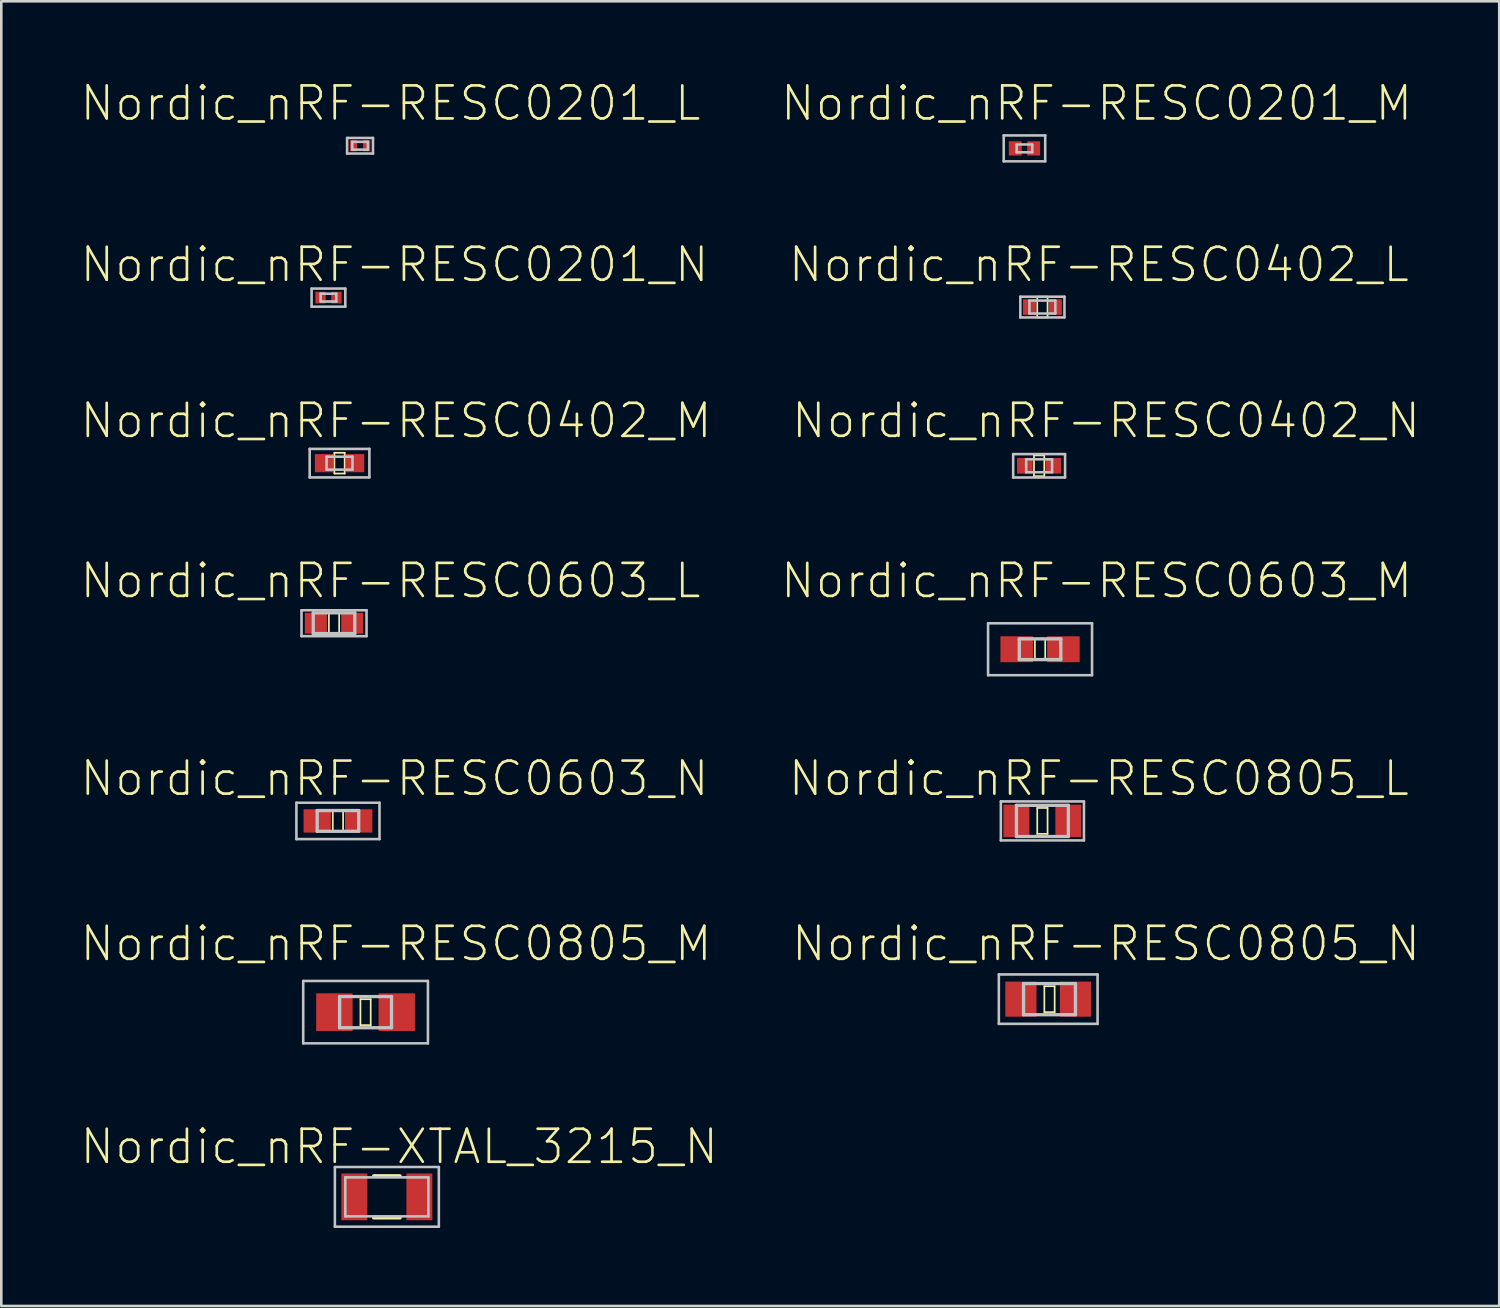
<source format=kicad_pcb>
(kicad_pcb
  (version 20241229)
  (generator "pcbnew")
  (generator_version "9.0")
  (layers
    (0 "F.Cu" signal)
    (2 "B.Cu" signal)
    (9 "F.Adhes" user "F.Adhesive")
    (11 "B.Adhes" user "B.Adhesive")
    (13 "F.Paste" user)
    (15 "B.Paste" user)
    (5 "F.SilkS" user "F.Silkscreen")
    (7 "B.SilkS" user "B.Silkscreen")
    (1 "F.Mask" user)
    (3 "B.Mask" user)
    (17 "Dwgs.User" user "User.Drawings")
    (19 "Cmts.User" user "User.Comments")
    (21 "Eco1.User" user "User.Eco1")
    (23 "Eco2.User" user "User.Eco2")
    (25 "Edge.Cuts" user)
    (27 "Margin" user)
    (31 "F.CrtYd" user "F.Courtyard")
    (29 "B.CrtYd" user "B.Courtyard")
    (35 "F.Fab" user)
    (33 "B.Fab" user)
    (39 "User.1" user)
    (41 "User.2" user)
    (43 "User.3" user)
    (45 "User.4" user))
  (footprint "Nordic_nRF-RESC0603_M"
    (layer "F.Cu")
    (at 36.946 21.917)
    (property "Reference" "Nordic_nRF-RESC0603_M" (at 2.174 -2.634 0) (layer "F.SilkS") (effects (font (size 1.27 1.27) (thickness 0.102))))
    (attr smd)
    (fp_line (start -0.198 -0.399) (end 0.198 -0.399) (stroke (width 0.066) (type solid)) (layer "F.SilkS"))
    (fp_line (start -0.198 0.399) (end -0.198 -0.399) (stroke (width 0.066) (type solid)) (layer "F.SilkS"))
    (fp_line (start -0.198 0.399) (end 0.198 0.399) (stroke (width 0.066) (type solid)) (layer "F.SilkS"))
    (fp_line (start 0.198 0.399) (end 0.198 -0.399) (stroke (width 0.066) (type solid)) (layer "F.SilkS"))
    (fp_line (start -1.999 -0.998) (end -1.999 0.998) (stroke (width 0.099) (type solid)) (layer "Dwgs.User"))
    (fp_line (start -1.999 0.998) (end 1.999 0.998) (stroke (width 0.099) (type solid)) (layer "Dwgs.User"))
    (fp_line (start -0.798 -0.399) (end 0.798 -0.399) (stroke (width 0.127) (type solid)) (layer "Dwgs.User"))
    (fp_line (start -0.798 0.399) (end -0.798 -0.399) (stroke (width 0.127) (type solid)) (layer "Dwgs.User"))
    (fp_line (start 0.798 -0.399) (end 0.798 0.399) (stroke (width 0.127) (type solid)) (layer "Dwgs.User"))
    (fp_line (start 0.798 0.399) (end -0.798 0.399) (stroke (width 0.127) (type solid)) (layer "Dwgs.User"))
    (fp_line (start 1.999 -0.998) (end -1.999 -0.998) (stroke (width 0.099) (type solid)) (layer "Dwgs.User"))
    (fp_line (start 1.999 0.998) (end 1.999 -0.998) (stroke (width 0.099) (type solid)) (layer "Dwgs.User"))
    (pad "1" smd rect (at -0.899 0) (size 1.25 0.998) (layers "F.Cu" "F.Mask" "F.Paste"))
    (pad "2" smd rect (at 0.899 0) (size 1.25 0.998) (layers "F.Cu" "F.Mask" "F.Paste")))
  (footprint "Nordic_nRF-RESC0402_L"
    (layer "F.Cu")
    (at 37.036 8.758)
    (property "Reference" "Nordic_nRF-RESC0402_L" (at 2.174 -1.633 0) (layer "F.SilkS") (effects (font (size 1.27 1.27) (thickness 0.102))))
    (attr smd)
    (fp_line (start -0.198 -0.399) (end 0.198 -0.399) (stroke (width 0.066) (type solid)) (layer "F.SilkS"))
    (fp_line (start -0.198 0.399) (end -0.198 -0.399) (stroke (width 0.066) (type solid)) (layer "F.SilkS"))
    (fp_line (start -0.198 0.399) (end 0.198 0.399) (stroke (width 0.066) (type solid)) (layer "F.SilkS"))
    (fp_line (start 0.198 0.399) (end 0.198 -0.399) (stroke (width 0.066) (type solid)) (layer "F.SilkS"))
    (fp_line (start -0.848 -0.399) (end -0.848 0.399) (stroke (width 0.099) (type solid)) (layer "Dwgs.User"))
    (fp_line (start -0.848 0.399) (end 0.848 0.399) (stroke (width 0.099) (type solid)) (layer "Dwgs.User"))
    (fp_line (start -0.498 -0.249) (end 0.498 -0.249) (stroke (width 0.099) (type solid)) (layer "Dwgs.User"))
    (fp_line (start -0.498 0.249) (end -0.498 -0.249) (stroke (width 0.099) (type solid)) (layer "Dwgs.User"))
    (fp_line (start 0.498 -0.249) (end 0.498 0.249) (stroke (width 0.099) (type solid)) (layer "Dwgs.User"))
    (fp_line (start 0.498 0.249) (end -0.498 0.249) (stroke (width 0.099) (type solid)) (layer "Dwgs.User"))
    (fp_line (start 0.848 -0.399) (end -0.848 -0.399) (stroke (width 0.099) (type solid)) (layer "Dwgs.User"))
    (fp_line (start 0.848 0.399) (end 0.848 -0.399) (stroke (width 0.099) (type solid)) (layer "Dwgs.User"))
    (pad "1" smd rect (at -0.498 0) (size 0.498 0.599) (layers "F.Cu" "F.Mask" "F.Paste"))
    (pad "2" smd rect (at 0.498 0) (size 0.498 0.599) (layers "F.Cu" "F.Mask" "F.Paste")))
  (footprint "Nordic_nRF-RESC0201_N"
    (layer "F.Cu")
    (at 9.581 8.395)
    (property "Reference" "Nordic_nRF-RESC0201_N" (at 2.54 -1.27 0) (layer "F.SilkS") (effects (font (size 1.27 1.27) (thickness 0.102))))
    (attr smd)
    (fp_line (start -0.648 -0.348) (end -0.648 0.348) (stroke (width 0.099) (type solid)) (layer "Dwgs.User"))
    (fp_line (start -0.648 0.348) (end 0.648 0.348) (stroke (width 0.099) (type solid)) (layer "Dwgs.User"))
    (fp_line (start -0.3 -0.15) (end -0.3 0.15) (stroke (width 0.099) (type solid)) (layer "Dwgs.User"))
    (fp_line (start -0.3 0.15) (end 0.3 0.15) (stroke (width 0.099) (type solid)) (layer "Dwgs.User"))
    (fp_line (start 0.3 -0.15) (end -0.3 -0.15) (stroke (width 0.099) (type solid)) (layer "Dwgs.User"))
    (fp_line (start 0.3 0.15) (end 0.3 -0.15) (stroke (width 0.099) (type solid)) (layer "Dwgs.User"))
    (fp_line (start 0.648 -0.348) (end -0.648 -0.348) (stroke (width 0.099) (type solid)) (layer "Dwgs.User"))
    (fp_line (start 0.648 0.348) (end 0.648 -0.348) (stroke (width 0.099) (type solid)) (layer "Dwgs.User"))
    (pad "1" smd rect (at -0.305 0) (size 0.399 0.45) (layers "F.Cu" "F.Mask" "F.Paste"))
    (pad "2" smd rect (at 0.305 0) (size 0.399 0.45) (layers "F.Cu" "F.Mask" "F.Paste")))
  (footprint "Nordic_nRF-RESC0805_M"
    (layer "F.Cu")
    (at 11.008 35.873)
    (property "Reference" "Nordic_nRF-RESC0805_M" (at 1.173 -2.634 0) (layer "F.SilkS") (effects (font (size 1.27 1.27) (thickness 0.102))))
    (attr smd)
    (fp_line (start -0.198 -0.498) (end 0.198 -0.498) (stroke (width 0.066) (type solid)) (layer "F.SilkS"))
    (fp_line (start -0.198 0.498) (end -0.198 -0.498) (stroke (width 0.066) (type solid)) (layer "F.SilkS"))
    (fp_line (start -0.198 0.498) (end 0.198 0.498) (stroke (width 0.066) (type solid)) (layer "F.SilkS"))
    (fp_line (start 0.198 0.498) (end 0.198 -0.498) (stroke (width 0.066) (type solid)) (layer "F.SilkS"))
    (fp_line (start -2.398 -1.199) (end -2.398 1.199) (stroke (width 0.099) (type solid)) (layer "Dwgs.User"))
    (fp_line (start -2.398 1.199) (end 2.398 1.199) (stroke (width 0.099) (type solid)) (layer "Dwgs.User"))
    (fp_line (start -0.998 -0.599) (end 0.998 -0.599) (stroke (width 0.127) (type solid)) (layer "Dwgs.User"))
    (fp_line (start -0.998 0.599) (end -0.998 -0.599) (stroke (width 0.127) (type solid)) (layer "Dwgs.User"))
    (fp_line (start 0.998 -0.599) (end 0.998 0.599) (stroke (width 0.127) (type solid)) (layer "Dwgs.User"))
    (fp_line (start 0.998 0.599) (end -0.998 0.599) (stroke (width 0.127) (type solid)) (layer "Dwgs.User"))
    (fp_line (start 2.398 -1.199) (end -2.398 -1.199) (stroke (width 0.099) (type solid)) (layer "Dwgs.User"))
    (fp_line (start 2.398 1.199) (end 2.398 -1.199) (stroke (width 0.099) (type solid)) (layer "Dwgs.User"))
    (pad "1" smd rect (at -1.199 0) (size 1.4 1.448) (layers "F.Cu" "F.Mask" "F.Paste"))
    (pad "2" smd rect (at 1.199 0) (size 1.4 1.448) (layers "F.Cu" "F.Mask" "F.Paste")))
  (footprint "Nordic_nRF-RESC0805_L"
    (layer "F.Cu")
    (at 37.036 28.519)
    (property "Reference" "Nordic_nRF-RESC0805_L" (at 2.174 -1.633 0) (layer "F.SilkS") (effects (font (size 1.27 1.27) (thickness 0.102))))
    (attr smd)
    (fp_line (start -0.198 -0.498) (end 0.198 -0.498) (stroke (width 0.066) (type solid)) (layer "F.SilkS"))
    (fp_line (start -0.198 0.498) (end -0.198 -0.498) (stroke (width 0.066) (type solid)) (layer "F.SilkS"))
    (fp_line (start -0.198 0.498) (end 0.198 0.498) (stroke (width 0.066) (type solid)) (layer "F.SilkS"))
    (fp_line (start 0.198 0.498) (end 0.198 -0.498) (stroke (width 0.066) (type solid)) (layer "F.SilkS"))
    (fp_line (start -1.598 -0.749) (end -1.598 0.749) (stroke (width 0.099) (type solid)) (layer "Dwgs.User"))
    (fp_line (start -1.598 0.749) (end 1.598 0.749) (stroke (width 0.099) (type solid)) (layer "Dwgs.User"))
    (fp_line (start -0.998 -0.599) (end 0.998 -0.599) (stroke (width 0.127) (type solid)) (layer "Dwgs.User"))
    (fp_line (start -0.998 0.599) (end -0.998 -0.599) (stroke (width 0.127) (type solid)) (layer "Dwgs.User"))
    (fp_line (start 0.998 -0.599) (end 0.998 0.599) (stroke (width 0.127) (type solid)) (layer "Dwgs.User"))
    (fp_line (start 0.998 0.599) (end -0.998 0.599) (stroke (width 0.127) (type solid)) (layer "Dwgs.User"))
    (fp_line (start 1.598 -0.749) (end -1.598 -0.749) (stroke (width 0.099) (type solid)) (layer "Dwgs.User"))
    (fp_line (start 1.598 0.749) (end 1.598 -0.749) (stroke (width 0.099) (type solid)) (layer "Dwgs.User"))
    (pad "1" smd rect (at -0.998 0) (size 0.998 1.25) (layers "F.Cu" "F.Mask" "F.Paste"))
    (pad "2" smd rect (at 0.998 0) (size 0.998 1.25) (layers "F.Cu" "F.Mask" "F.Paste")))
  (footprint "Nordic_nRF-RESC0402_N"
    (layer "F.Cu")
    (at 36.91 14.862)
    (property "Reference" "Nordic_nRF-RESC0402_N" (at 2.573 -1.735 0) (layer "F.SilkS") (effects (font (size 1.27 1.27) (thickness 0.102))))
    (attr smd)
    (fp_line (start -0.198 -0.399) (end 0.198 -0.399) (stroke (width 0.066) (type solid)) (layer "F.SilkS"))
    (fp_line (start -0.198 0.399) (end -0.198 -0.399) (stroke (width 0.066) (type solid)) (layer "F.SilkS"))
    (fp_line (start -0.198 0.399) (end 0.198 0.399) (stroke (width 0.066) (type solid)) (layer "F.SilkS"))
    (fp_line (start 0.198 0.399) (end 0.198 -0.399) (stroke (width 0.066) (type solid)) (layer "F.SilkS"))
    (fp_line (start -0.998 -0.45) (end -0.998 0.45) (stroke (width 0.099) (type solid)) (layer "Dwgs.User"))
    (fp_line (start -0.998 0.45) (end 0.998 0.45) (stroke (width 0.099) (type solid)) (layer "Dwgs.User"))
    (fp_line (start -0.498 -0.249) (end 0.498 -0.249) (stroke (width 0.099) (type solid)) (layer "Dwgs.User"))
    (fp_line (start -0.498 0.249) (end -0.498 -0.249) (stroke (width 0.099) (type solid)) (layer "Dwgs.User"))
    (fp_line (start 0.498 -0.249) (end 0.498 0.249) (stroke (width 0.099) (type solid)) (layer "Dwgs.User"))
    (fp_line (start 0.498 0.249) (end -0.498 0.249) (stroke (width 0.099) (type solid)) (layer "Dwgs.User"))
    (fp_line (start 0.998 -0.45) (end -0.998 -0.45) (stroke (width 0.099) (type solid)) (layer "Dwgs.User"))
    (fp_line (start 0.998 0.45) (end 0.998 -0.45) (stroke (width 0.099) (type solid)) (layer "Dwgs.User"))
    (pad "1" smd rect (at -0.549 0) (size 0.599 0.599) (layers "F.Cu" "F.Mask" "F.Paste"))
    (pad "2" smd rect (at 0.549 0) (size 0.599 0.599) (layers "F.Cu" "F.Mask" "F.Paste")))
  (footprint "Nordic_nRF-RESC0603_L"
    (layer "F.Cu")
    (at 9.795 20.916)
    (property "Reference" "Nordic_nRF-RESC0603_L" (at 2.174 -1.633 0) (layer "F.SilkS") (effects (font (size 1.27 1.27) (thickness 0.102))))
    (attr smd)
    (fp_line (start -0.198 -0.399) (end 0.198 -0.399) (stroke (width 0.066) (type solid)) (layer "F.SilkS"))
    (fp_line (start -0.198 0.399) (end -0.198 -0.399) (stroke (width 0.066) (type solid)) (layer "F.SilkS"))
    (fp_line (start -0.198 0.399) (end 0.198 0.399) (stroke (width 0.066) (type solid)) (layer "F.SilkS"))
    (fp_line (start 0.198 0.399) (end 0.198 -0.399) (stroke (width 0.066) (type solid)) (layer "F.SilkS"))
    (fp_line (start -1.25 -0.498) (end -1.25 0.498) (stroke (width 0.099) (type solid)) (layer "Dwgs.User"))
    (fp_line (start -1.25 0.498) (end 1.25 0.498) (stroke (width 0.099) (type solid)) (layer "Dwgs.User"))
    (fp_line (start -0.798 -0.399) (end 0.798 -0.399) (stroke (width 0.127) (type solid)) (layer "Dwgs.User"))
    (fp_line (start -0.798 0.399) (end -0.798 -0.399) (stroke (width 0.127) (type solid)) (layer "Dwgs.User"))
    (fp_line (start 0.798 -0.399) (end 0.798 0.399) (stroke (width 0.127) (type solid)) (layer "Dwgs.User"))
    (fp_line (start 0.798 0.399) (end -0.798 0.399) (stroke (width 0.127) (type solid)) (layer "Dwgs.User"))
    (fp_line (start 1.25 -0.498) (end -1.25 -0.498) (stroke (width 0.099) (type solid)) (layer "Dwgs.User"))
    (fp_line (start 1.25 0.498) (end 1.25 -0.498) (stroke (width 0.099) (type solid)) (layer "Dwgs.User"))
    (pad "1" smd rect (at -0.699 0) (size 0.848 0.798) (layers "F.Cu" "F.Mask" "F.Paste"))
    (pad "2" smd rect (at 0.699 0) (size 0.848 0.798) (layers "F.Cu" "F.Mask" "F.Paste")))
  (footprint "Nordic_nRF-RESC0201_M"
    (layer "F.Cu")
    (at 36.346 2.656)
    (property "Reference" "Nordic_nRF-RESC0201_M" (at 2.774 -1.735 0) (layer "F.SilkS") (effects (font (size 1.27 1.27) (thickness 0.102))))
    (attr smd)
    (fp_line (start -0.798 -0.498) (end -0.798 0.498) (stroke (width 0.099) (type solid)) (layer "Dwgs.User"))
    (fp_line (start -0.798 0.498) (end 0.798 0.498) (stroke (width 0.099) (type solid)) (layer "Dwgs.User"))
    (fp_line (start -0.3 -0.15) (end -0.3 0.15) (stroke (width 0.099) (type solid)) (layer "Dwgs.User"))
    (fp_line (start -0.3 0.15) (end 0.3 0.15) (stroke (width 0.099) (type solid)) (layer "Dwgs.User"))
    (fp_line (start 0.3 -0.15) (end -0.3 -0.15) (stroke (width 0.099) (type solid)) (layer "Dwgs.User"))
    (fp_line (start 0.3 0.15) (end 0.3 -0.15) (stroke (width 0.099) (type solid)) (layer "Dwgs.User"))
    (fp_line (start 0.798 -0.498) (end -0.798 -0.498) (stroke (width 0.099) (type solid)) (layer "Dwgs.User"))
    (fp_line (start 0.798 0.498) (end 0.798 -0.498) (stroke (width 0.099) (type solid)) (layer "Dwgs.User"))
    (pad "1" smd rect (at -0.353 0) (size 0.498 0.549) (layers "F.Cu" "F.Mask" "F.Paste"))
    (pad "2" smd rect (at 0.353 0) (size 0.498 0.549) (layers "F.Cu" "F.Mask" "F.Paste")))
  (footprint "Nordic_nRF-RESC0201_L"
    (layer "F.Cu")
    (at 10.796 2.554)
    (property "Reference" "Nordic_nRF-RESC0201_L" (at 1.173 -1.633 0) (layer "F.SilkS") (effects (font (size 1.27 1.27) (thickness 0.102))))
    (attr smd)
    (fp_line (start -0.498 -0.3) (end -0.498 0.3) (stroke (width 0.099) (type solid)) (layer "Dwgs.User"))
    (fp_line (start -0.498 0.3) (end 0.498 0.3) (stroke (width 0.099) (type solid)) (layer "Dwgs.User"))
    (fp_line (start -0.3 -0.15) (end -0.3 0.15) (stroke (width 0.099) (type solid)) (layer "Dwgs.User"))
    (fp_line (start -0.3 0.15) (end 0.3 0.15) (stroke (width 0.099) (type solid)) (layer "Dwgs.User"))
    (fp_line (start 0.3 -0.15) (end -0.3 -0.15) (stroke (width 0.099) (type solid)) (layer "Dwgs.User"))
    (fp_line (start 0.3 0.15) (end 0.3 -0.15) (stroke (width 0.099) (type solid)) (layer "Dwgs.User"))
    (fp_line (start 0.498 -0.3) (end -0.498 -0.3) (stroke (width 0.099) (type solid)) (layer "Dwgs.User"))
    (fp_line (start 0.498 0.3) (end 0.498 -0.3) (stroke (width 0.099) (type solid)) (layer "Dwgs.User"))
    (pad "1" smd rect (at -0.254 0) (size 0.279 0.429) (layers "F.Cu" "F.Mask" "F.Paste"))
    (pad "2" smd rect (at 0.254 0) (size 0.279 0.429) (layers "F.Cu" "F.Mask" "F.Paste")))
  (footprint "Nordic_nRF-RESC0402_M"
    (layer "F.Cu")
    (at 10.007 14.761)
    (property "Reference" "Nordic_nRF-RESC0402_M" (at 2.174 -1.633 0) (layer "F.SilkS") (effects (font (size 1.27 1.27) (thickness 0.102))))
    (attr smd)
    (fp_line (start -0.198 -0.399) (end 0.198 -0.399) (stroke (width 0.066) (type solid)) (layer "F.SilkS"))
    (fp_line (start -0.198 0.399) (end -0.198 -0.399) (stroke (width 0.066) (type solid)) (layer "F.SilkS"))
    (fp_line (start -0.198 0.399) (end 0.198 0.399) (stroke (width 0.066) (type solid)) (layer "F.SilkS"))
    (fp_line (start 0.198 0.399) (end 0.198 -0.399) (stroke (width 0.066) (type solid)) (layer "F.SilkS"))
    (fp_line (start -1.148 -0.549) (end -1.148 0.549) (stroke (width 0.099) (type solid)) (layer "Dwgs.User"))
    (fp_line (start -1.148 0.549) (end 1.148 0.549) (stroke (width 0.099) (type solid)) (layer "Dwgs.User"))
    (fp_line (start -0.498 -0.249) (end 0.498 -0.249) (stroke (width 0.099) (type solid)) (layer "Dwgs.User"))
    (fp_line (start -0.498 0.249) (end -0.498 -0.249) (stroke (width 0.099) (type solid)) (layer "Dwgs.User"))
    (fp_line (start 0.498 -0.249) (end 0.498 0.249) (stroke (width 0.099) (type solid)) (layer "Dwgs.User"))
    (fp_line (start 0.498 0.249) (end -0.498 0.249) (stroke (width 0.099) (type solid)) (layer "Dwgs.User"))
    (fp_line (start 1.148 -0.549) (end -1.148 -0.549) (stroke (width 0.099) (type solid)) (layer "Dwgs.User"))
    (fp_line (start 1.148 0.549) (end 1.148 -0.549) (stroke (width 0.099) (type solid)) (layer "Dwgs.User"))
    (pad "1" smd rect (at -0.599 0) (size 0.699 0.699) (layers "F.Cu" "F.Mask" "F.Paste"))
    (pad "2" smd rect (at 0.599 0) (size 0.699 0.699) (layers "F.Cu" "F.Mask" "F.Paste")))
  (footprint "Nordic_nRF-XTAL_3215_N"
    (layer "F.Cu")
    (at 11.827 42.976)
    (property "Reference" "Nordic_nRF-XTAL_3215_N" (at 0.475 -1.933 0) (layer "F.SilkS") (effects (font (size 1.27 1.27) (thickness 0.102))))
    (attr smd)
    (fp_line (start -0.498 -0.798) (end 0.498 -0.798) (stroke (width 0.15) (type solid)) (layer "F.SilkS"))
    (fp_line (start -0.498 0.798) (end 0.498 0.798) (stroke (width 0.15) (type solid)) (layer "F.SilkS"))
    (fp_line (start -1.999 -1.148) (end -1.999 1.148) (stroke (width 0.099) (type solid)) (layer "Dwgs.User"))
    (fp_line (start -1.999 1.148) (end 1.999 1.148) (stroke (width 0.099) (type solid)) (layer "Dwgs.User"))
    (fp_line (start -1.598 -0.749) (end -1.598 0.749) (stroke (width 0.099) (type solid)) (layer "Dwgs.User"))
    (fp_line (start -1.598 0.749) (end 1.598 0.749) (stroke (width 0.099) (type solid)) (layer "Dwgs.User"))
    (fp_line (start 1.598 -0.749) (end -1.598 -0.749) (stroke (width 0.099) (type solid)) (layer "Dwgs.User"))
    (fp_line (start 1.598 0.749) (end 1.598 -0.749) (stroke (width 0.099) (type solid)) (layer "Dwgs.User"))
    (fp_line (start 1.999 -1.148) (end -1.999 -1.148) (stroke (width 0.099) (type solid)) (layer "Dwgs.User"))
    (fp_line (start 1.999 1.148) (end 1.999 -1.148) (stroke (width 0.099) (type solid)) (layer "Dwgs.User"))
    (pad "1" smd rect (at -1.25 0) (size 0.998 1.798) (layers "F.Cu" "F.Mask" "F.Paste"))
    (pad "2" smd rect (at 1.25 0) (size 0.998 1.798) (layers "F.Cu" "F.Mask" "F.Paste")))
  (footprint "Nordic_nRF-RESC0603_N"
    (layer "F.Cu")
    (at 9.946 28.519)
    (property "Reference" "Nordic_nRF-RESC0603_N" (at 2.174 -1.633 0) (layer "F.SilkS") (effects (font (size 1.27 1.27) (thickness 0.102))))
    (attr smd)
    (fp_line (start -0.198 -0.399) (end 0.198 -0.399) (stroke (width 0.066) (type solid)) (layer "F.SilkS"))
    (fp_line (start -0.198 0.399) (end -0.198 -0.399) (stroke (width 0.066) (type solid)) (layer "F.SilkS"))
    (fp_line (start -0.198 0.399) (end 0.198 0.399) (stroke (width 0.066) (type solid)) (layer "F.SilkS"))
    (fp_line (start 0.198 0.399) (end 0.198 -0.399) (stroke (width 0.066) (type solid)) (layer "F.SilkS"))
    (fp_line (start -1.598 -0.699) (end -1.598 0.699) (stroke (width 0.099) (type solid)) (layer "Dwgs.User"))
    (fp_line (start -1.598 0.699) (end 1.598 0.699) (stroke (width 0.099) (type solid)) (layer "Dwgs.User"))
    (fp_line (start -0.798 -0.399) (end 0.798 -0.399) (stroke (width 0.127) (type solid)) (layer "Dwgs.User"))
    (fp_line (start -0.798 0.399) (end -0.798 -0.399) (stroke (width 0.127) (type solid)) (layer "Dwgs.User"))
    (fp_line (start 0.798 -0.399) (end 0.798 0.399) (stroke (width 0.127) (type solid)) (layer "Dwgs.User"))
    (fp_line (start 0.798 0.399) (end -0.798 0.399) (stroke (width 0.127) (type solid)) (layer "Dwgs.User"))
    (fp_line (start 1.598 -0.699) (end -1.598 -0.699) (stroke (width 0.099) (type solid)) (layer "Dwgs.User"))
    (fp_line (start 1.598 0.699) (end 1.598 -0.699) (stroke (width 0.099) (type solid)) (layer "Dwgs.User"))
    (pad "1" smd rect (at -0.798 0) (size 1.049 0.899) (layers "F.Cu" "F.Mask" "F.Paste"))
    (pad "2" smd rect (at 0.798 0) (size 1.049 0.899) (layers "F.Cu" "F.Mask" "F.Paste")))
  (footprint "Nordic_nRF-RESC0805_N"
    (layer "F.Cu")
    (at 37.309 35.373)
    (property "Reference" "Nordic_nRF-RESC0805_N" (at 2.174 -2.134 0) (layer "F.SilkS") (effects (font (size 1.27 1.27) (thickness 0.102))))
    (attr smd)
    (fp_line (start -0.198 -0.498) (end 0.198 -0.498) (stroke (width 0.066) (type solid)) (layer "F.SilkS"))
    (fp_line (start -0.198 0.498) (end -0.198 -0.498) (stroke (width 0.066) (type solid)) (layer "F.SilkS"))
    (fp_line (start -0.198 0.498) (end 0.198 0.498) (stroke (width 0.066) (type solid)) (layer "F.SilkS"))
    (fp_line (start 0.198 0.498) (end 0.198 -0.498) (stroke (width 0.066) (type solid)) (layer "F.SilkS"))
    (fp_line (start -1.948 -0.95) (end -1.948 0.95) (stroke (width 0.099) (type solid)) (layer "Dwgs.User"))
    (fp_line (start -1.948 0.95) (end 1.849 0.95) (stroke (width 0.099) (type solid)) (layer "Dwgs.User"))
    (fp_line (start -0.998 -0.599) (end 0.998 -0.599) (stroke (width 0.127) (type solid)) (layer "Dwgs.User"))
    (fp_line (start -0.998 0.599) (end -0.998 -0.599) (stroke (width 0.127) (type solid)) (layer "Dwgs.User"))
    (fp_line (start 0.998 -0.599) (end 0.998 0.599) (stroke (width 0.127) (type solid)) (layer "Dwgs.User"))
    (fp_line (start 0.998 0.599) (end -0.998 0.599) (stroke (width 0.127) (type solid)) (layer "Dwgs.User"))
    (fp_line (start 1.849 -0.95) (end -1.948 -0.95) (stroke (width 0.099) (type solid)) (layer "Dwgs.User"))
    (fp_line (start 1.849 0.95) (end 1.849 -0.95) (stroke (width 0.099) (type solid)) (layer "Dwgs.User"))
    (pad "1" smd rect (at -1.1 0) (size 1.199 1.349) (layers "F.Cu" "F.Mask" "F.Paste"))
    (pad "2" smd rect (at 0.998 0) (size 1.199 1.349) (layers "F.Cu" "F.Mask" "F.Paste")))
  (gr_rect
    (start -3 -3)
    (end 54.604 47.173)
    (stroke (width 0.1) (type default))
    (fill no)
    (layer "Edge.Cuts")))
</source>
